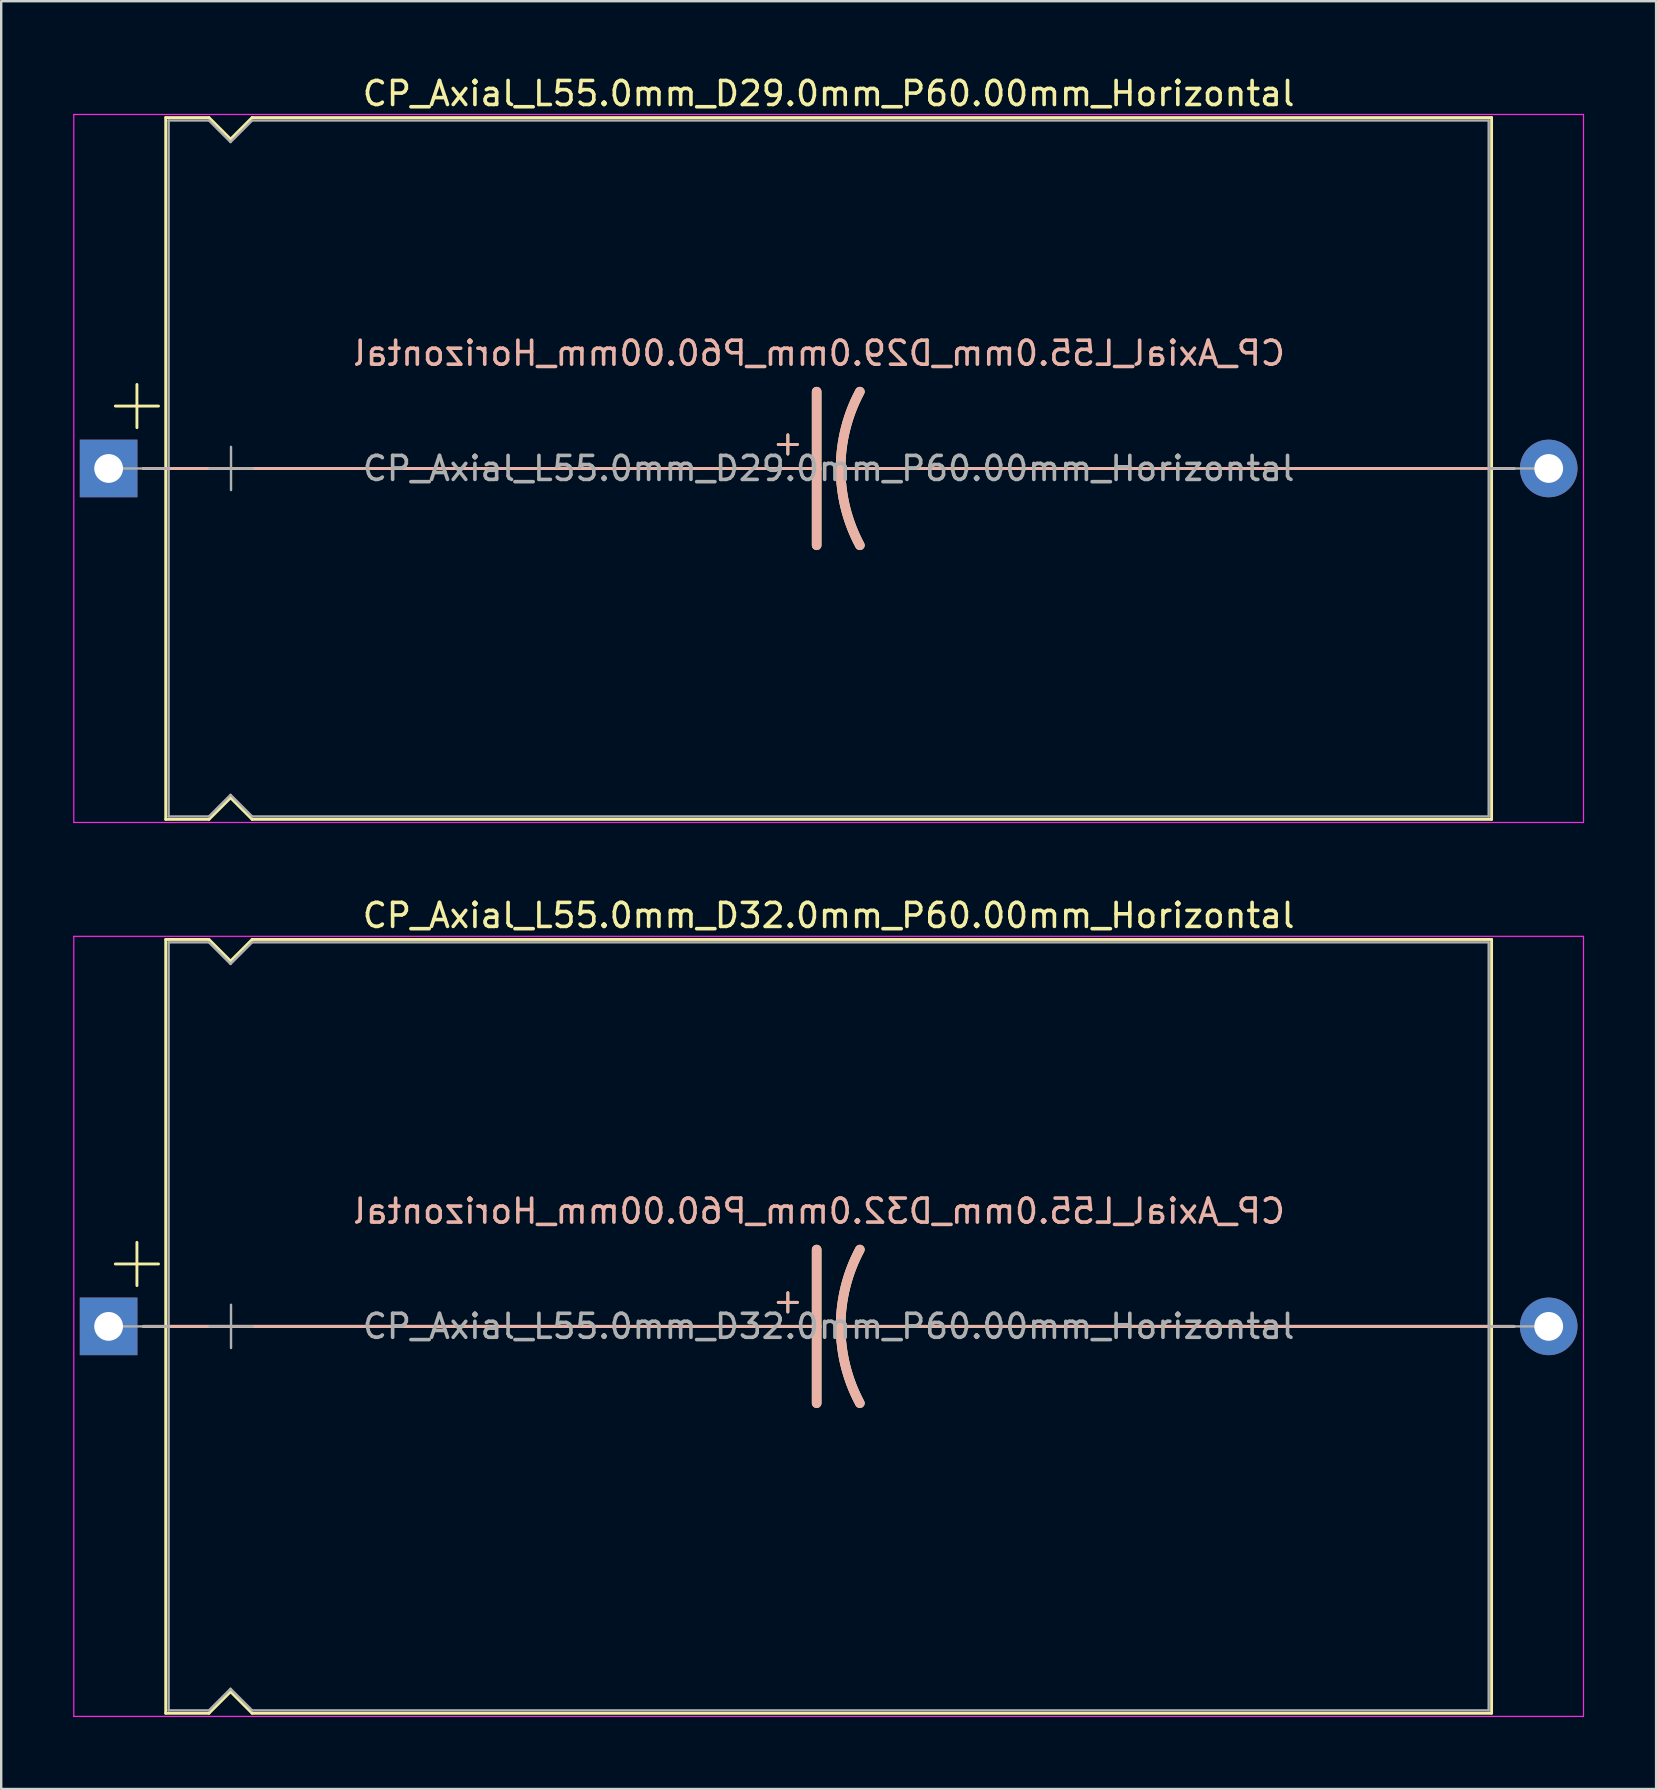
<source format=kicad_pcb>
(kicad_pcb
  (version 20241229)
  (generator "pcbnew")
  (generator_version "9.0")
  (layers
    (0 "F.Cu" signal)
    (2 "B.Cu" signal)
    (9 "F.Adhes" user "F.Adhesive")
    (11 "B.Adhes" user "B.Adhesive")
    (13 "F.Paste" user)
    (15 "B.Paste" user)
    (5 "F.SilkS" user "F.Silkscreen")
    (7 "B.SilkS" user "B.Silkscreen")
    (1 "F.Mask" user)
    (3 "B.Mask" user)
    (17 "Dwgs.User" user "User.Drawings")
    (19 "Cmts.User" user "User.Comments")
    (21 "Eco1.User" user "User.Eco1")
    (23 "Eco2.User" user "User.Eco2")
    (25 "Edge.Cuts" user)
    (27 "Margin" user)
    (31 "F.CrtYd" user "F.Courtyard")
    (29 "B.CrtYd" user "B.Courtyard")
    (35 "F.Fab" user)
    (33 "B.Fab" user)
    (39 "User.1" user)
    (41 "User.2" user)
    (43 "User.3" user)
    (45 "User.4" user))
  (footprint "CP_Axial_L55.0mm_D32.0mm_P60.00mm_Horizontal"
    (layer "F.Cu")
    (at 1.475 52.212)
    (property "Reference" "CP_Axial_L55.0mm_D32.0mm_P60.00mm_Horizontal" (at 30 -17.12 0) (layer "F.SilkS") (effects (font (size 1 1) (thickness 0.15))))
    (fp_line (start 0.28 -2.6) (end 2.08 -2.6) (stroke (width 0.12) (type solid)) (layer "F.SilkS"))
    (fp_line (start 1.18 -3.5) (end 1.18 -1.7) (stroke (width 0.12) (type solid)) (layer "F.SilkS"))
    (fp_line (start 1.44 0) (end 2.38 0) (stroke (width 0.12) (type solid)) (layer "F.SilkS"))
    (fp_line (start 2.38 -16.12) (end 2.38 16.12) (stroke (width 0.12) (type solid)) (layer "F.SilkS"))
    (fp_line (start 2.38 -16.12) (end 4.18 -16.12) (stroke (width 0.12) (type solid)) (layer "F.SilkS"))
    (fp_line (start 2.38 0) (end 29.5 0) (stroke (width 0.12) (type solid)) (layer "F.SilkS"))
    (fp_line (start 2.38 16.12) (end 4.18 16.12) (stroke (width 0.12) (type solid)) (layer "F.SilkS"))
    (fp_line (start 4.18 -16.12) (end 5.08 -15.22) (stroke (width 0.12) (type solid)) (layer "F.SilkS"))
    (fp_line (start 4.18 16.12) (end 5.08 15.22) (stroke (width 0.12) (type solid)) (layer "F.SilkS"))
    (fp_line (start 5.08 -15.22) (end 5.98 -16.12) (stroke (width 0.12) (type solid)) (layer "F.SilkS"))
    (fp_line (start 5.08 15.22) (end 5.98 16.12) (stroke (width 0.12) (type solid)) (layer "F.SilkS"))
    (fp_line (start 5.98 -16.12) (end 57.62 -16.12) (stroke (width 0.12) (type solid)) (layer "F.SilkS"))
    (fp_line (start 5.98 16.12) (end 57.62 16.12) (stroke (width 0.12) (type solid)) (layer "F.SilkS"))
    (fp_line (start 27.9 -1) (end 28.7 -1) (stroke (width 0.12) (type solid)) (layer "F.SilkS"))
    (fp_line (start 28.3 -1.4) (end 28.3 -0.6) (stroke (width 0.12) (type solid)) (layer "F.SilkS"))
    (fp_line (start 29.5 0) (end 29.5 -3.2) (stroke (width 0.4) (type solid)) (layer "F.SilkS"))
    (fp_line (start 29.5 0) (end 29.5 3.2) (stroke (width 0.4) (type solid)) (layer "F.SilkS"))
    (fp_line (start 57.62 -16.12) (end 57.62 16.12) (stroke (width 0.12) (type solid)) (layer "F.SilkS"))
    (fp_line (start 57.62 0) (end 30.5 0) (stroke (width 0.12) (type solid)) (layer "F.SilkS"))
    (fp_line (start 58.56 0) (end 57.62 0) (stroke (width 0.12) (type solid)) (layer "F.SilkS"))
    (fp_arc (start 30.5 0) (mid 30.703545 -1.649114) (end 31.3 -3.2) (stroke (width 0.4) (type solid)) (layer "F.SilkS"))
    (fp_arc (start 31.3 3.2) (mid 30.700704 1.649824) (end 30.5 0) (stroke (width 0.4) (type solid)) (layer "F.SilkS"))
    (fp_line (start 1.45 0) (end 20.38 0) (stroke (width 0.12) (type solid)) (layer "B.SilkS"))
    (fp_line (start 2.38 0) (end 29.5 0) (stroke (width 0.12) (type solid)) (layer "B.SilkS"))
    (fp_line (start 27.9 -1) (end 28.7 -1) (stroke (width 0.12) (type solid)) (layer "B.SilkS"))
    (fp_line (start 28.3 -0.6) (end 28.3 -1.4) (stroke (width 0.12) (type solid)) (layer "B.SilkS"))
    (fp_line (start 29.5 0) (end 29.5 -3.2) (stroke (width 0.4) (type solid)) (layer "B.SilkS"))
    (fp_line (start 29.5 0) (end 29.5 3.2) (stroke (width 0.4) (type solid)) (layer "B.SilkS"))
    (fp_line (start 57.62 0) (end 30.5 0) (stroke (width 0.12) (type solid)) (layer "B.SilkS"))
    (fp_line (start 58.55 0) (end 38.62 0) (stroke (width 0.12) (type solid)) (layer "B.SilkS"))
    (fp_arc (start 30.5 0) (mid 30.700703 -1.649824) (end 31.3 -3.2) (stroke (width 0.4) (type solid)) (layer "B.SilkS"))
    (fp_arc (start 31.3 3.2) (mid 30.703544 1.649114) (end 30.5 0) (stroke (width 0.4) (type solid)) (layer "B.SilkS"))
    (fp_line (start -1.45 -16.25) (end -1.45 16.25) (stroke (width 0.05) (type solid)) (layer "F.CrtYd"))
    (fp_line (start -1.45 16.25) (end 61.45 16.25) (stroke (width 0.05) (type solid)) (layer "F.CrtYd"))
    (fp_line (start 61.45 -16.25) (end -1.45 -16.25) (stroke (width 0.05) (type solid)) (layer "F.CrtYd"))
    (fp_line (start 61.45 16.25) (end 61.45 -16.25) (stroke (width 0.05) (type solid)) (layer "F.CrtYd"))
    (fp_line (start 0 0) (end 2.5 0) (stroke (width 0.1) (type solid)) (layer "F.Fab"))
    (fp_line (start 2.5 -16) (end 2.5 16) (stroke (width 0.1) (type solid)) (layer "F.Fab"))
    (fp_line (start 2.5 -16) (end 4.18 -16) (stroke (width 0.1) (type solid)) (layer "F.Fab"))
    (fp_line (start 2.5 16) (end 4.18 16) (stroke (width 0.1) (type solid)) (layer "F.Fab"))
    (fp_line (start 4.18 -16) (end 5.08 -15.1) (stroke (width 0.1) (type solid)) (layer "F.Fab"))
    (fp_line (start 4.18 16) (end 5.08 15.1) (stroke (width 0.1) (type solid)) (layer "F.Fab"))
    (fp_line (start 4.2 0) (end 6 0) (stroke (width 0.1) (type solid)) (layer "F.Fab"))
    (fp_line (start 5.08 -15.1) (end 5.98 -16) (stroke (width 0.1) (type solid)) (layer "F.Fab"))
    (fp_line (start 5.08 15.1) (end 5.98 16) (stroke (width 0.1) (type solid)) (layer "F.Fab"))
    (fp_line (start 5.1 -0.9) (end 5.1 0.9) (stroke (width 0.1) (type solid)) (layer "F.Fab"))
    (fp_line (start 5.98 -16) (end 57.5 -16) (stroke (width 0.1) (type solid)) (layer "F.Fab"))
    (fp_line (start 5.98 16) (end 57.5 16) (stroke (width 0.1) (type solid)) (layer "F.Fab"))
    (fp_line (start 57.5 -16) (end 57.5 16) (stroke (width 0.1) (type solid)) (layer "F.Fab"))
    (fp_line (start 60 0) (end 57.5 0) (stroke (width 0.1) (type solid)) (layer "F.Fab"))
    (fp_text user "${REFERENCE}" (at 29.6 -4.8 0) (layer "B.SilkS") (effects (font (size 1 1) (thickness 0.15)) (justify mirror)))
    (fp_text user "${REFERENCE}" (at 30 0 0) (layer "F.Fab") (effects (font (size 1 1) (thickness 0.15))))
    (pad "1" thru_hole rect (at 0 0) (size 2.4 2.4) (drill 1.2) (layers "*.Cu" "*.Mask"))
    (pad "2" thru_hole oval (at 60 0) (size 2.4 2.4) (drill 1.2) (layers "*.Cu" "*.Mask")))
  (footprint "CP_Axial_L55.0mm_D29.0mm_P60.00mm_Horizontal"
    (layer "F.Cu")
    (at 1.475 16.468)
    (property "Reference" "CP_Axial_L55.0mm_D29.0mm_P60.00mm_Horizontal" (at 30 -15.62 0) (layer "F.SilkS") (effects (font (size 1 1) (thickness 0.15))))
    (fp_line (start 0.28 -2.6) (end 2.08 -2.6) (stroke (width 0.12) (type solid)) (layer "F.SilkS"))
    (fp_line (start 1.18 -3.5) (end 1.18 -1.7) (stroke (width 0.12) (type solid)) (layer "F.SilkS"))
    (fp_line (start 1.44 0) (end 2.38 0) (stroke (width 0.12) (type solid)) (layer "F.SilkS"))
    (fp_line (start 2.38 -14.62) (end 2.38 14.62) (stroke (width 0.12) (type solid)) (layer "F.SilkS"))
    (fp_line (start 2.38 -14.62) (end 4.18 -14.62) (stroke (width 0.12) (type solid)) (layer "F.SilkS"))
    (fp_line (start 2.38 0) (end 29.5 0) (stroke (width 0.12) (type solid)) (layer "F.SilkS"))
    (fp_line (start 2.38 14.62) (end 4.18 14.62) (stroke (width 0.12) (type solid)) (layer "F.SilkS"))
    (fp_line (start 4.18 -14.62) (end 5.08 -13.72) (stroke (width 0.12) (type solid)) (layer "F.SilkS"))
    (fp_line (start 4.18 14.62) (end 5.08 13.72) (stroke (width 0.12) (type solid)) (layer "F.SilkS"))
    (fp_line (start 5.08 -13.72) (end 5.98 -14.62) (stroke (width 0.12) (type solid)) (layer "F.SilkS"))
    (fp_line (start 5.08 13.72) (end 5.98 14.62) (stroke (width 0.12) (type solid)) (layer "F.SilkS"))
    (fp_line (start 5.98 -14.62) (end 57.62 -14.62) (stroke (width 0.12) (type solid)) (layer "F.SilkS"))
    (fp_line (start 5.98 14.62) (end 57.62 14.62) (stroke (width 0.12) (type solid)) (layer "F.SilkS"))
    (fp_line (start 27.9 -1) (end 28.7 -1) (stroke (width 0.12) (type solid)) (layer "F.SilkS"))
    (fp_line (start 28.3 -1.4) (end 28.3 -0.6) (stroke (width 0.12) (type solid)) (layer "F.SilkS"))
    (fp_line (start 29.5 0) (end 29.5 -3.2) (stroke (width 0.4) (type solid)) (layer "F.SilkS"))
    (fp_line (start 29.5 0) (end 29.5 3.2) (stroke (width 0.4) (type solid)) (layer "F.SilkS"))
    (fp_line (start 57.62 -14.62) (end 57.62 14.62) (stroke (width 0.12) (type solid)) (layer "F.SilkS"))
    (fp_line (start 57.62 0) (end 30.5 0) (stroke (width 0.12) (type solid)) (layer "F.SilkS"))
    (fp_line (start 58.56 0) (end 57.62 0) (stroke (width 0.12) (type solid)) (layer "F.SilkS"))
    (fp_arc (start 30.5 0) (mid 30.703545 -1.649114) (end 31.3 -3.2) (stroke (width 0.4) (type solid)) (layer "F.SilkS"))
    (fp_arc (start 31.3 3.2) (mid 30.700704 1.649824) (end 30.5 0) (stroke (width 0.4) (type solid)) (layer "F.SilkS"))
    (fp_line (start 1.45 0) (end 20.38 0) (stroke (width 0.12) (type solid)) (layer "B.SilkS"))
    (fp_line (start 2.38 0) (end 29.5 0) (stroke (width 0.12) (type solid)) (layer "B.SilkS"))
    (fp_line (start 27.9 -1) (end 28.7 -1) (stroke (width 0.12) (type solid)) (layer "B.SilkS"))
    (fp_line (start 28.3 -0.6) (end 28.3 -1.4) (stroke (width 0.12) (type solid)) (layer "B.SilkS"))
    (fp_line (start 29.5 0) (end 29.5 -3.2) (stroke (width 0.4) (type solid)) (layer "B.SilkS"))
    (fp_line (start 29.5 0) (end 29.5 3.2) (stroke (width 0.4) (type solid)) (layer "B.SilkS"))
    (fp_line (start 57.62 0) (end 30.5 0) (stroke (width 0.12) (type solid)) (layer "B.SilkS"))
    (fp_line (start 58.55 0) (end 38.62 0) (stroke (width 0.12) (type solid)) (layer "B.SilkS"))
    (fp_arc (start 30.5 0) (mid 30.700703 -1.649824) (end 31.3 -3.2) (stroke (width 0.4) (type solid)) (layer "B.SilkS"))
    (fp_arc (start 31.3 3.2) (mid 30.703544 1.649114) (end 30.5 0) (stroke (width 0.4) (type solid)) (layer "B.SilkS"))
    (fp_line (start -1.45 -14.75) (end -1.45 14.75) (stroke (width 0.05) (type solid)) (layer "F.CrtYd"))
    (fp_line (start -1.45 14.75) (end 61.45 14.75) (stroke (width 0.05) (type solid)) (layer "F.CrtYd"))
    (fp_line (start 61.45 -14.75) (end -1.45 -14.75) (stroke (width 0.05) (type solid)) (layer "F.CrtYd"))
    (fp_line (start 61.45 14.75) (end 61.45 -14.75) (stroke (width 0.05) (type solid)) (layer "F.CrtYd"))
    (fp_line (start 0 0) (end 2.5 0) (stroke (width 0.1) (type solid)) (layer "F.Fab"))
    (fp_line (start 2.5 -14.5) (end 2.5 14.5) (stroke (width 0.1) (type solid)) (layer "F.Fab"))
    (fp_line (start 2.5 -14.5) (end 4.18 -14.5) (stroke (width 0.1) (type solid)) (layer "F.Fab"))
    (fp_line (start 2.5 14.5) (end 4.18 14.5) (stroke (width 0.1) (type solid)) (layer "F.Fab"))
    (fp_line (start 4.18 -14.5) (end 5.08 -13.6) (stroke (width 0.1) (type solid)) (layer "F.Fab"))
    (fp_line (start 4.18 14.5) (end 5.08 13.6) (stroke (width 0.1) (type solid)) (layer "F.Fab"))
    (fp_line (start 4.2 0) (end 6 0) (stroke (width 0.1) (type solid)) (layer "F.Fab"))
    (fp_line (start 5.08 -13.6) (end 5.98 -14.5) (stroke (width 0.1) (type solid)) (layer "F.Fab"))
    (fp_line (start 5.08 13.6) (end 5.98 14.5) (stroke (width 0.1) (type solid)) (layer "F.Fab"))
    (fp_line (start 5.1 -0.9) (end 5.1 0.9) (stroke (width 0.1) (type solid)) (layer "F.Fab"))
    (fp_line (start 5.98 -14.5) (end 57.5 -14.5) (stroke (width 0.1) (type solid)) (layer "F.Fab"))
    (fp_line (start 5.98 14.5) (end 57.5 14.5) (stroke (width 0.1) (type solid)) (layer "F.Fab"))
    (fp_line (start 57.5 -14.5) (end 57.5 14.5) (stroke (width 0.1) (type solid)) (layer "F.Fab"))
    (fp_line (start 60 0) (end 57.5 0) (stroke (width 0.1) (type solid)) (layer "F.Fab"))
    (fp_text user "${REFERENCE}" (at 29.6 -4.8 0) (layer "B.SilkS") (effects (font (size 1 1) (thickness 0.15)) (justify mirror)))
    (fp_text user "${REFERENCE}" (at 30 0 0) (layer "F.Fab") (effects (font (size 1 1) (thickness 0.15))))
    (pad "1" thru_hole rect (at 0 0) (size 2.4 2.4) (drill 1.2) (layers "*.Cu" "*.Mask"))
    (pad "2" thru_hole oval (at 60 0) (size 2.4 2.4) (drill 1.2) (layers "*.Cu" "*.Mask")))
  (gr_rect
    (start -3 -3)
    (end 65.95 71.487)
    (stroke (width 0.1) (type default))
    (fill no)
    (layer "Edge.Cuts")))
</source>
